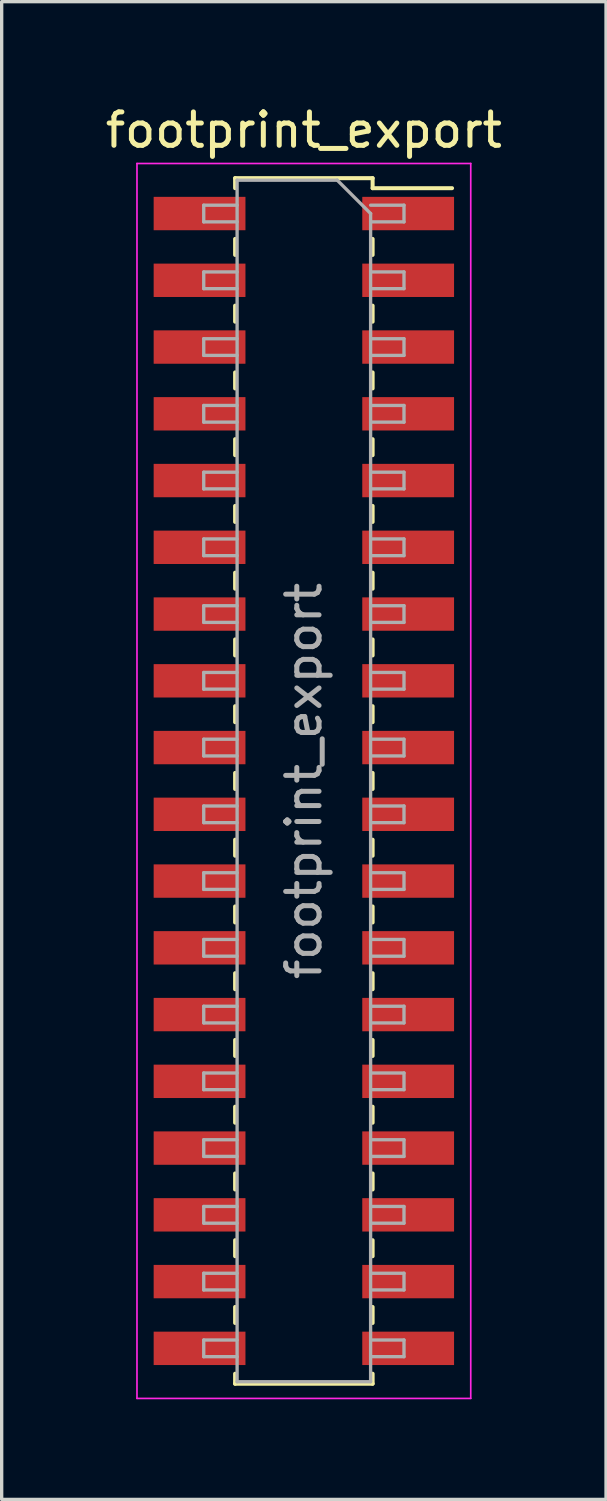
<source format=kicad_pcb>
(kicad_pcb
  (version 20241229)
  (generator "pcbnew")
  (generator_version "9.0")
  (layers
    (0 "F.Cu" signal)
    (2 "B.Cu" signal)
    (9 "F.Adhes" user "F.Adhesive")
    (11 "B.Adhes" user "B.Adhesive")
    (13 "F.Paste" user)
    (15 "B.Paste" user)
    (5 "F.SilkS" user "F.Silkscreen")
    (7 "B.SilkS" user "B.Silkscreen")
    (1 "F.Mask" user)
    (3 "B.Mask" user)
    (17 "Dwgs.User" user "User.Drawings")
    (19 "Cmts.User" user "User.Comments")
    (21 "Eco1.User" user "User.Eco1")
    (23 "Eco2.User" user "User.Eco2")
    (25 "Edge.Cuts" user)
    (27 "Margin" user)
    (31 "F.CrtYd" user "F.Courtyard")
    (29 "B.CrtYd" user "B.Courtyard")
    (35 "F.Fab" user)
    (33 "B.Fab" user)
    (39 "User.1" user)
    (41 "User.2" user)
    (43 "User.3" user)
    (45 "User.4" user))
  (footprint "footprint_export"
    (layer "F.Cu")
    (at 6.054 20.348)
    (property "Reference" "footprint_export" (at 0 -19.5 0) (layer "F.SilkS") (effects (font (size 1 1) (thickness 0.15))))
    (attr smd)
    (fp_line (start -2.06 -18.06) (end -2.06 -17.76) (stroke (width 0.12) (type solid)) (layer "F.SilkS"))
    (fp_line (start -2.06 -18.06) (end 2.06 -18.06) (stroke (width 0.12) (type solid)) (layer "F.SilkS"))
    (fp_line (start -2.06 -16.24) (end -2.06 -15.76) (stroke (width 0.12) (type solid)) (layer "F.SilkS"))
    (fp_line (start -2.06 -14.24) (end -2.06 -13.76) (stroke (width 0.12) (type solid)) (layer "F.SilkS"))
    (fp_line (start -2.06 -12.24) (end -2.06 -11.76) (stroke (width 0.12) (type solid)) (layer "F.SilkS"))
    (fp_line (start -2.06 -10.24) (end -2.06 -9.76) (stroke (width 0.12) (type solid)) (layer "F.SilkS"))
    (fp_line (start -2.06 -8.24) (end -2.06 -7.76) (stroke (width 0.12) (type solid)) (layer "F.SilkS"))
    (fp_line (start -2.06 -6.24) (end -2.06 -5.76) (stroke (width 0.12) (type solid)) (layer "F.SilkS"))
    (fp_line (start -2.06 -4.24) (end -2.06 -3.76) (stroke (width 0.12) (type solid)) (layer "F.SilkS"))
    (fp_line (start -2.06 -2.24) (end -2.06 -1.76) (stroke (width 0.12) (type solid)) (layer "F.SilkS"))
    (fp_line (start -2.06 -0.24) (end -2.06 0.24) (stroke (width 0.12) (type solid)) (layer "F.SilkS"))
    (fp_line (start -2.06 1.76) (end -2.06 2.24) (stroke (width 0.12) (type solid)) (layer "F.SilkS"))
    (fp_line (start -2.06 3.76) (end -2.06 4.24) (stroke (width 0.12) (type solid)) (layer "F.SilkS"))
    (fp_line (start -2.06 5.76) (end -2.06 6.24) (stroke (width 0.12) (type solid)) (layer "F.SilkS"))
    (fp_line (start -2.06 7.76) (end -2.06 8.24) (stroke (width 0.12) (type solid)) (layer "F.SilkS"))
    (fp_line (start -2.06 9.76) (end -2.06 10.24) (stroke (width 0.12) (type solid)) (layer "F.SilkS"))
    (fp_line (start -2.06 11.76) (end -2.06 12.24) (stroke (width 0.12) (type solid)) (layer "F.SilkS"))
    (fp_line (start -2.06 13.76) (end -2.06 14.24) (stroke (width 0.12) (type solid)) (layer "F.SilkS"))
    (fp_line (start -2.06 15.76) (end -2.06 16.24) (stroke (width 0.12) (type solid)) (layer "F.SilkS"))
    (fp_line (start -2.06 17.76) (end -2.06 18.06) (stroke (width 0.12) (type solid)) (layer "F.SilkS"))
    (fp_line (start -2.06 18.06) (end 2.06 18.06) (stroke (width 0.12) (type solid)) (layer "F.SilkS"))
    (fp_line (start 2.06 -18.06) (end 2.06 -17.76) (stroke (width 0.12) (type solid)) (layer "F.SilkS"))
    (fp_line (start 2.06 -17.76) (end 4.44 -17.76) (stroke (width 0.12) (type solid)) (layer "F.SilkS"))
    (fp_line (start 2.06 -16.24) (end 2.06 -15.76) (stroke (width 0.12) (type solid)) (layer "F.SilkS"))
    (fp_line (start 2.06 -14.24) (end 2.06 -13.76) (stroke (width 0.12) (type solid)) (layer "F.SilkS"))
    (fp_line (start 2.06 -12.24) (end 2.06 -11.76) (stroke (width 0.12) (type solid)) (layer "F.SilkS"))
    (fp_line (start 2.06 -10.24) (end 2.06 -9.76) (stroke (width 0.12) (type solid)) (layer "F.SilkS"))
    (fp_line (start 2.06 -8.24) (end 2.06 -7.76) (stroke (width 0.12) (type solid)) (layer "F.SilkS"))
    (fp_line (start 2.06 -6.24) (end 2.06 -5.76) (stroke (width 0.12) (type solid)) (layer "F.SilkS"))
    (fp_line (start 2.06 -4.24) (end 2.06 -3.76) (stroke (width 0.12) (type solid)) (layer "F.SilkS"))
    (fp_line (start 2.06 -2.24) (end 2.06 -1.76) (stroke (width 0.12) (type solid)) (layer "F.SilkS"))
    (fp_line (start 2.06 -0.24) (end 2.06 0.24) (stroke (width 0.12) (type solid)) (layer "F.SilkS"))
    (fp_line (start 2.06 1.76) (end 2.06 2.24) (stroke (width 0.12) (type solid)) (layer "F.SilkS"))
    (fp_line (start 2.06 3.76) (end 2.06 4.24) (stroke (width 0.12) (type solid)) (layer "F.SilkS"))
    (fp_line (start 2.06 5.76) (end 2.06 6.24) (stroke (width 0.12) (type solid)) (layer "F.SilkS"))
    (fp_line (start 2.06 7.76) (end 2.06 8.24) (stroke (width 0.12) (type solid)) (layer "F.SilkS"))
    (fp_line (start 2.06 9.76) (end 2.06 10.24) (stroke (width 0.12) (type solid)) (layer "F.SilkS"))
    (fp_line (start 2.06 11.76) (end 2.06 12.24) (stroke (width 0.12) (type solid)) (layer "F.SilkS"))
    (fp_line (start 2.06 13.76) (end 2.06 14.24) (stroke (width 0.12) (type solid)) (layer "F.SilkS"))
    (fp_line (start 2.06 15.76) (end 2.06 16.24) (stroke (width 0.12) (type solid)) (layer "F.SilkS"))
    (fp_line (start 2.06 17.76) (end 2.06 18.06) (stroke (width 0.12) (type solid)) (layer "F.SilkS"))
    (fp_line (start -5 -18.5) (end 5 -18.5) (stroke (width 0.05) (type solid)) (layer "F.CrtYd"))
    (fp_line (start -5 18.5) (end -5 -18.5) (stroke (width 0.05) (type solid)) (layer "F.CrtYd"))
    (fp_line (start 5 -18.5) (end 5 18.5) (stroke (width 0.05) (type solid)) (layer "F.CrtYd"))
    (fp_line (start 5 18.5) (end -5 18.5) (stroke (width 0.05) (type solid)) (layer "F.CrtYd"))
    (fp_line (start -3 -17.25) (end -2 -17.25) (stroke (width 0.1) (type solid)) (layer "F.Fab"))
    (fp_line (start -3 -16.75) (end -3 -17.25) (stroke (width 0.1) (type solid)) (layer "F.Fab"))
    (fp_line (start -3 -15.25) (end -2 -15.25) (stroke (width 0.1) (type solid)) (layer "F.Fab"))
    (fp_line (start -3 -14.75) (end -3 -15.25) (stroke (width 0.1) (type solid)) (layer "F.Fab"))
    (fp_line (start -3 -13.25) (end -2 -13.25) (stroke (width 0.1) (type solid)) (layer "F.Fab"))
    (fp_line (start -3 -12.75) (end -3 -13.25) (stroke (width 0.1) (type solid)) (layer "F.Fab"))
    (fp_line (start -3 -11.25) (end -2 -11.25) (stroke (width 0.1) (type solid)) (layer "F.Fab"))
    (fp_line (start -3 -10.75) (end -3 -11.25) (stroke (width 0.1) (type solid)) (layer "F.Fab"))
    (fp_line (start -3 -9.25) (end -2 -9.25) (stroke (width 0.1) (type solid)) (layer "F.Fab"))
    (fp_line (start -3 -8.75) (end -3 -9.25) (stroke (width 0.1) (type solid)) (layer "F.Fab"))
    (fp_line (start -3 -7.25) (end -2 -7.25) (stroke (width 0.1) (type solid)) (layer "F.Fab"))
    (fp_line (start -3 -6.75) (end -3 -7.25) (stroke (width 0.1) (type solid)) (layer "F.Fab"))
    (fp_line (start -3 -5.25) (end -2 -5.25) (stroke (width 0.1) (type solid)) (layer "F.Fab"))
    (fp_line (start -3 -4.75) (end -3 -5.25) (stroke (width 0.1) (type solid)) (layer "F.Fab"))
    (fp_line (start -3 -3.25) (end -2 -3.25) (stroke (width 0.1) (type solid)) (layer "F.Fab"))
    (fp_line (start -3 -2.75) (end -3 -3.25) (stroke (width 0.1) (type solid)) (layer "F.Fab"))
    (fp_line (start -3 -1.25) (end -2 -1.25) (stroke (width 0.1) (type solid)) (layer "F.Fab"))
    (fp_line (start -3 -0.75) (end -3 -1.25) (stroke (width 0.1) (type solid)) (layer "F.Fab"))
    (fp_line (start -3 0.75) (end -2 0.75) (stroke (width 0.1) (type solid)) (layer "F.Fab"))
    (fp_line (start -3 1.25) (end -3 0.75) (stroke (width 0.1) (type solid)) (layer "F.Fab"))
    (fp_line (start -3 2.75) (end -2 2.75) (stroke (width 0.1) (type solid)) (layer "F.Fab"))
    (fp_line (start -3 3.25) (end -3 2.75) (stroke (width 0.1) (type solid)) (layer "F.Fab"))
    (fp_line (start -3 4.75) (end -2 4.75) (stroke (width 0.1) (type solid)) (layer "F.Fab"))
    (fp_line (start -3 5.25) (end -3 4.75) (stroke (width 0.1) (type solid)) (layer "F.Fab"))
    (fp_line (start -3 6.75) (end -2 6.75) (stroke (width 0.1) (type solid)) (layer "F.Fab"))
    (fp_line (start -3 7.25) (end -3 6.75) (stroke (width 0.1) (type solid)) (layer "F.Fab"))
    (fp_line (start -3 8.75) (end -2 8.75) (stroke (width 0.1) (type solid)) (layer "F.Fab"))
    (fp_line (start -3 9.25) (end -3 8.75) (stroke (width 0.1) (type solid)) (layer "F.Fab"))
    (fp_line (start -3 10.75) (end -2 10.75) (stroke (width 0.1) (type solid)) (layer "F.Fab"))
    (fp_line (start -3 11.25) (end -3 10.75) (stroke (width 0.1) (type solid)) (layer "F.Fab"))
    (fp_line (start -3 12.75) (end -2 12.75) (stroke (width 0.1) (type solid)) (layer "F.Fab"))
    (fp_line (start -3 13.25) (end -3 12.75) (stroke (width 0.1) (type solid)) (layer "F.Fab"))
    (fp_line (start -3 14.75) (end -2 14.75) (stroke (width 0.1) (type solid)) (layer "F.Fab"))
    (fp_line (start -3 15.25) (end -3 14.75) (stroke (width 0.1) (type solid)) (layer "F.Fab"))
    (fp_line (start -3 16.75) (end -2 16.75) (stroke (width 0.1) (type solid)) (layer "F.Fab"))
    (fp_line (start -3 17.25) (end -3 16.75) (stroke (width 0.1) (type solid)) (layer "F.Fab"))
    (fp_line (start -2 -18) (end 1 -18) (stroke (width 0.1) (type solid)) (layer "F.Fab"))
    (fp_line (start -2 -16.75) (end -3 -16.75) (stroke (width 0.1) (type solid)) (layer "F.Fab"))
    (fp_line (start -2 -14.75) (end -3 -14.75) (stroke (width 0.1) (type solid)) (layer "F.Fab"))
    (fp_line (start -2 -12.75) (end -3 -12.75) (stroke (width 0.1) (type solid)) (layer "F.Fab"))
    (fp_line (start -2 -10.75) (end -3 -10.75) (stroke (width 0.1) (type solid)) (layer "F.Fab"))
    (fp_line (start -2 -8.75) (end -3 -8.75) (stroke (width 0.1) (type solid)) (layer "F.Fab"))
    (fp_line (start -2 -6.75) (end -3 -6.75) (stroke (width 0.1) (type solid)) (layer "F.Fab"))
    (fp_line (start -2 -4.75) (end -3 -4.75) (stroke (width 0.1) (type solid)) (layer "F.Fab"))
    (fp_line (start -2 -2.75) (end -3 -2.75) (stroke (width 0.1) (type solid)) (layer "F.Fab"))
    (fp_line (start -2 -0.75) (end -3 -0.75) (stroke (width 0.1) (type solid)) (layer "F.Fab"))
    (fp_line (start -2 1.25) (end -3 1.25) (stroke (width 0.1) (type solid)) (layer "F.Fab"))
    (fp_line (start -2 3.25) (end -3 3.25) (stroke (width 0.1) (type solid)) (layer "F.Fab"))
    (fp_line (start -2 5.25) (end -3 5.25) (stroke (width 0.1) (type solid)) (layer "F.Fab"))
    (fp_line (start -2 7.25) (end -3 7.25) (stroke (width 0.1) (type solid)) (layer "F.Fab"))
    (fp_line (start -2 9.25) (end -3 9.25) (stroke (width 0.1) (type solid)) (layer "F.Fab"))
    (fp_line (start -2 11.25) (end -3 11.25) (stroke (width 0.1) (type solid)) (layer "F.Fab"))
    (fp_line (start -2 13.25) (end -3 13.25) (stroke (width 0.1) (type solid)) (layer "F.Fab"))
    (fp_line (start -2 15.25) (end -3 15.25) (stroke (width 0.1) (type solid)) (layer "F.Fab"))
    (fp_line (start -2 17.25) (end -3 17.25) (stroke (width 0.1) (type solid)) (layer "F.Fab"))
    (fp_line (start -2 18) (end -2 -18) (stroke (width 0.1) (type solid)) (layer "F.Fab"))
    (fp_line (start 1 -18) (end 2 -17) (stroke (width 0.1) (type solid)) (layer "F.Fab"))
    (fp_line (start 2 -17.25) (end 3 -17.25) (stroke (width 0.1) (type solid)) (layer "F.Fab"))
    (fp_line (start 2 -17) (end 2 18) (stroke (width 0.1) (type solid)) (layer "F.Fab"))
    (fp_line (start 2 -15.25) (end 3 -15.25) (stroke (width 0.1) (type solid)) (layer "F.Fab"))
    (fp_line (start 2 -13.25) (end 3 -13.25) (stroke (width 0.1) (type solid)) (layer "F.Fab"))
    (fp_line (start 2 -11.25) (end 3 -11.25) (stroke (width 0.1) (type solid)) (layer "F.Fab"))
    (fp_line (start 2 -9.25) (end 3 -9.25) (stroke (width 0.1) (type solid)) (layer "F.Fab"))
    (fp_line (start 2 -7.25) (end 3 -7.25) (stroke (width 0.1) (type solid)) (layer "F.Fab"))
    (fp_line (start 2 -5.25) (end 3 -5.25) (stroke (width 0.1) (type solid)) (layer "F.Fab"))
    (fp_line (start 2 -3.25) (end 3 -3.25) (stroke (width 0.1) (type solid)) (layer "F.Fab"))
    (fp_line (start 2 -1.25) (end 3 -1.25) (stroke (width 0.1) (type solid)) (layer "F.Fab"))
    (fp_line (start 2 0.75) (end 3 0.75) (stroke (width 0.1) (type solid)) (layer "F.Fab"))
    (fp_line (start 2 2.75) (end 3 2.75) (stroke (width 0.1) (type solid)) (layer "F.Fab"))
    (fp_line (start 2 4.75) (end 3 4.75) (stroke (width 0.1) (type solid)) (layer "F.Fab"))
    (fp_line (start 2 6.75) (end 3 6.75) (stroke (width 0.1) (type solid)) (layer "F.Fab"))
    (fp_line (start 2 8.75) (end 3 8.75) (stroke (width 0.1) (type solid)) (layer "F.Fab"))
    (fp_line (start 2 10.75) (end 3 10.75) (stroke (width 0.1) (type solid)) (layer "F.Fab"))
    (fp_line (start 2 12.75) (end 3 12.75) (stroke (width 0.1) (type solid)) (layer "F.Fab"))
    (fp_line (start 2 14.75) (end 3 14.75) (stroke (width 0.1) (type solid)) (layer "F.Fab"))
    (fp_line (start 2 16.75) (end 3 16.75) (stroke (width 0.1) (type solid)) (layer "F.Fab"))
    (fp_line (start 2 18) (end -2 18) (stroke (width 0.1) (type solid)) (layer "F.Fab"))
    (fp_line (start 3 -17.25) (end 3 -16.75) (stroke (width 0.1) (type solid)) (layer "F.Fab"))
    (fp_line (start 3 -16.75) (end 2 -16.75) (stroke (width 0.1) (type solid)) (layer "F.Fab"))
    (fp_line (start 3 -15.25) (end 3 -14.75) (stroke (width 0.1) (type solid)) (layer "F.Fab"))
    (fp_line (start 3 -14.75) (end 2 -14.75) (stroke (width 0.1) (type solid)) (layer "F.Fab"))
    (fp_line (start 3 -13.25) (end 3 -12.75) (stroke (width 0.1) (type solid)) (layer "F.Fab"))
    (fp_line (start 3 -12.75) (end 2 -12.75) (stroke (width 0.1) (type solid)) (layer "F.Fab"))
    (fp_line (start 3 -11.25) (end 3 -10.75) (stroke (width 0.1) (type solid)) (layer "F.Fab"))
    (fp_line (start 3 -10.75) (end 2 -10.75) (stroke (width 0.1) (type solid)) (layer "F.Fab"))
    (fp_line (start 3 -9.25) (end 3 -8.75) (stroke (width 0.1) (type solid)) (layer "F.Fab"))
    (fp_line (start 3 -8.75) (end 2 -8.75) (stroke (width 0.1) (type solid)) (layer "F.Fab"))
    (fp_line (start 3 -7.25) (end 3 -6.75) (stroke (width 0.1) (type solid)) (layer "F.Fab"))
    (fp_line (start 3 -6.75) (end 2 -6.75) (stroke (width 0.1) (type solid)) (layer "F.Fab"))
    (fp_line (start 3 -5.25) (end 3 -4.75) (stroke (width 0.1) (type solid)) (layer "F.Fab"))
    (fp_line (start 3 -4.75) (end 2 -4.75) (stroke (width 0.1) (type solid)) (layer "F.Fab"))
    (fp_line (start 3 -3.25) (end 3 -2.75) (stroke (width 0.1) (type solid)) (layer "F.Fab"))
    (fp_line (start 3 -2.75) (end 2 -2.75) (stroke (width 0.1) (type solid)) (layer "F.Fab"))
    (fp_line (start 3 -1.25) (end 3 -0.75) (stroke (width 0.1) (type solid)) (layer "F.Fab"))
    (fp_line (start 3 -0.75) (end 2 -0.75) (stroke (width 0.1) (type solid)) (layer "F.Fab"))
    (fp_line (start 3 0.75) (end 3 1.25) (stroke (width 0.1) (type solid)) (layer "F.Fab"))
    (fp_line (start 3 1.25) (end 2 1.25) (stroke (width 0.1) (type solid)) (layer "F.Fab"))
    (fp_line (start 3 2.75) (end 3 3.25) (stroke (width 0.1) (type solid)) (layer "F.Fab"))
    (fp_line (start 3 3.25) (end 2 3.25) (stroke (width 0.1) (type solid)) (layer "F.Fab"))
    (fp_line (start 3 4.75) (end 3 5.25) (stroke (width 0.1) (type solid)) (layer "F.Fab"))
    (fp_line (start 3 5.25) (end 2 5.25) (stroke (width 0.1) (type solid)) (layer "F.Fab"))
    (fp_line (start 3 6.75) (end 3 7.25) (stroke (width 0.1) (type solid)) (layer "F.Fab"))
    (fp_line (start 3 7.25) (end 2 7.25) (stroke (width 0.1) (type solid)) (layer "F.Fab"))
    (fp_line (start 3 8.75) (end 3 9.25) (stroke (width 0.1) (type solid)) (layer "F.Fab"))
    (fp_line (start 3 9.25) (end 2 9.25) (stroke (width 0.1) (type solid)) (layer "F.Fab"))
    (fp_line (start 3 10.75) (end 3 11.25) (stroke (width 0.1) (type solid)) (layer "F.Fab"))
    (fp_line (start 3 11.25) (end 2 11.25) (stroke (width 0.1) (type solid)) (layer "F.Fab"))
    (fp_line (start 3 12.75) (end 3 13.25) (stroke (width 0.1) (type solid)) (layer "F.Fab"))
    (fp_line (start 3 13.25) (end 2 13.25) (stroke (width 0.1) (type solid)) (layer "F.Fab"))
    (fp_line (start 3 14.75) (end 3 15.25) (stroke (width 0.1) (type solid)) (layer "F.Fab"))
    (fp_line (start 3 15.25) (end 2 15.25) (stroke (width 0.1) (type solid)) (layer "F.Fab"))
    (fp_line (start 3 16.75) (end 3 17.25) (stroke (width 0.1) (type solid)) (layer "F.Fab"))
    (fp_line (start 3 17.25) (end 2 17.25) (stroke (width 0.1) (type solid)) (layer "F.Fab"))
    (fp_text user "${REFERENCE}" (at 0 0 90) (layer "F.Fab") (effects (font (size 1 1) (thickness 0.15))))
    (pad "1" smd rect (at 3.125 -17) (size 2.75 1) (layers "F.Cu" "F.Mask" "F.Paste"))
    (pad "2" smd rect (at -3.125 -17) (size 2.75 1) (layers "F.Cu" "F.Mask" "F.Paste"))
    (pad "3" smd rect (at 3.125 -15) (size 2.75 1) (layers "F.Cu" "F.Mask" "F.Paste"))
    (pad "4" smd rect (at -3.125 -15) (size 2.75 1) (layers "F.Cu" "F.Mask" "F.Paste"))
    (pad "5" smd rect (at 3.125 -13) (size 2.75 1) (layers "F.Cu" "F.Mask" "F.Paste"))
    (pad "6" smd rect (at -3.125 -13) (size 2.75 1) (layers "F.Cu" "F.Mask" "F.Paste"))
    (pad "7" smd rect (at 3.125 -11) (size 2.75 1) (layers "F.Cu" "F.Mask" "F.Paste"))
    (pad "8" smd rect (at -3.125 -11) (size 2.75 1) (layers "F.Cu" "F.Mask" "F.Paste"))
    (pad "9" smd rect (at 3.125 -9) (size 2.75 1) (layers "F.Cu" "F.Mask" "F.Paste"))
    (pad "10" smd rect (at -3.125 -9) (size 2.75 1) (layers "F.Cu" "F.Mask" "F.Paste"))
    (pad "11" smd rect (at 3.125 -7) (size 2.75 1) (layers "F.Cu" "F.Mask" "F.Paste"))
    (pad "12" smd rect (at -3.125 -7) (size 2.75 1) (layers "F.Cu" "F.Mask" "F.Paste"))
    (pad "13" smd rect (at 3.125 -5) (size 2.75 1) (layers "F.Cu" "F.Mask" "F.Paste"))
    (pad "14" smd rect (at -3.125 -5) (size 2.75 1) (layers "F.Cu" "F.Mask" "F.Paste"))
    (pad "15" smd rect (at 3.125 -3) (size 2.75 1) (layers "F.Cu" "F.Mask" "F.Paste"))
    (pad "16" smd rect (at -3.125 -3) (size 2.75 1) (layers "F.Cu" "F.Mask" "F.Paste"))
    (pad "17" smd rect (at 3.125 -1) (size 2.75 1) (layers "F.Cu" "F.Mask" "F.Paste"))
    (pad "18" smd rect (at -3.125 -1) (size 2.75 1) (layers "F.Cu" "F.Mask" "F.Paste"))
    (pad "19" smd rect (at 3.125 1) (size 2.75 1) (layers "F.Cu" "F.Mask" "F.Paste"))
    (pad "20" smd rect (at -3.125 1) (size 2.75 1) (layers "F.Cu" "F.Mask" "F.Paste"))
    (pad "21" smd rect (at 3.125 3) (size 2.75 1) (layers "F.Cu" "F.Mask" "F.Paste"))
    (pad "22" smd rect (at -3.125 3) (size 2.75 1) (layers "F.Cu" "F.Mask" "F.Paste"))
    (pad "23" smd rect (at 3.125 5) (size 2.75 1) (layers "F.Cu" "F.Mask" "F.Paste"))
    (pad "24" smd rect (at -3.125 5) (size 2.75 1) (layers "F.Cu" "F.Mask" "F.Paste"))
    (pad "25" smd rect (at 3.125 7) (size 2.75 1) (layers "F.Cu" "F.Mask" "F.Paste"))
    (pad "26" smd rect (at -3.125 7) (size 2.75 1) (layers "F.Cu" "F.Mask" "F.Paste"))
    (pad "27" smd rect (at 3.125 9) (size 2.75 1) (layers "F.Cu" "F.Mask" "F.Paste"))
    (pad "28" smd rect (at -3.125 9) (size 2.75 1) (layers "F.Cu" "F.Mask" "F.Paste"))
    (pad "29" smd rect (at 3.125 11) (size 2.75 1) (layers "F.Cu" "F.Mask" "F.Paste"))
    (pad "30" smd rect (at -3.125 11) (size 2.75 1) (layers "F.Cu" "F.Mask" "F.Paste"))
    (pad "31" smd rect (at 3.125 13) (size 2.75 1) (layers "F.Cu" "F.Mask" "F.Paste"))
    (pad "32" smd rect (at -3.125 13) (size 2.75 1) (layers "F.Cu" "F.Mask" "F.Paste"))
    (pad "33" smd rect (at 3.125 15) (size 2.75 1) (layers "F.Cu" "F.Mask" "F.Paste"))
    (pad "34" smd rect (at -3.125 15) (size 2.75 1) (layers "F.Cu" "F.Mask" "F.Paste"))
    (pad "35" smd rect (at 3.125 17) (size 2.75 1) (layers "F.Cu" "F.Mask" "F.Paste"))
    (pad "36" smd rect (at -3.125 17) (size 2.75 1) (layers "F.Cu" "F.Mask" "F.Paste")))
  (gr_rect
    (start -3 -3)
    (end 15.107 41.873)
    (stroke (width 0.1) (type default))
    (fill no)
    (layer "Edge.Cuts")))
</source>
